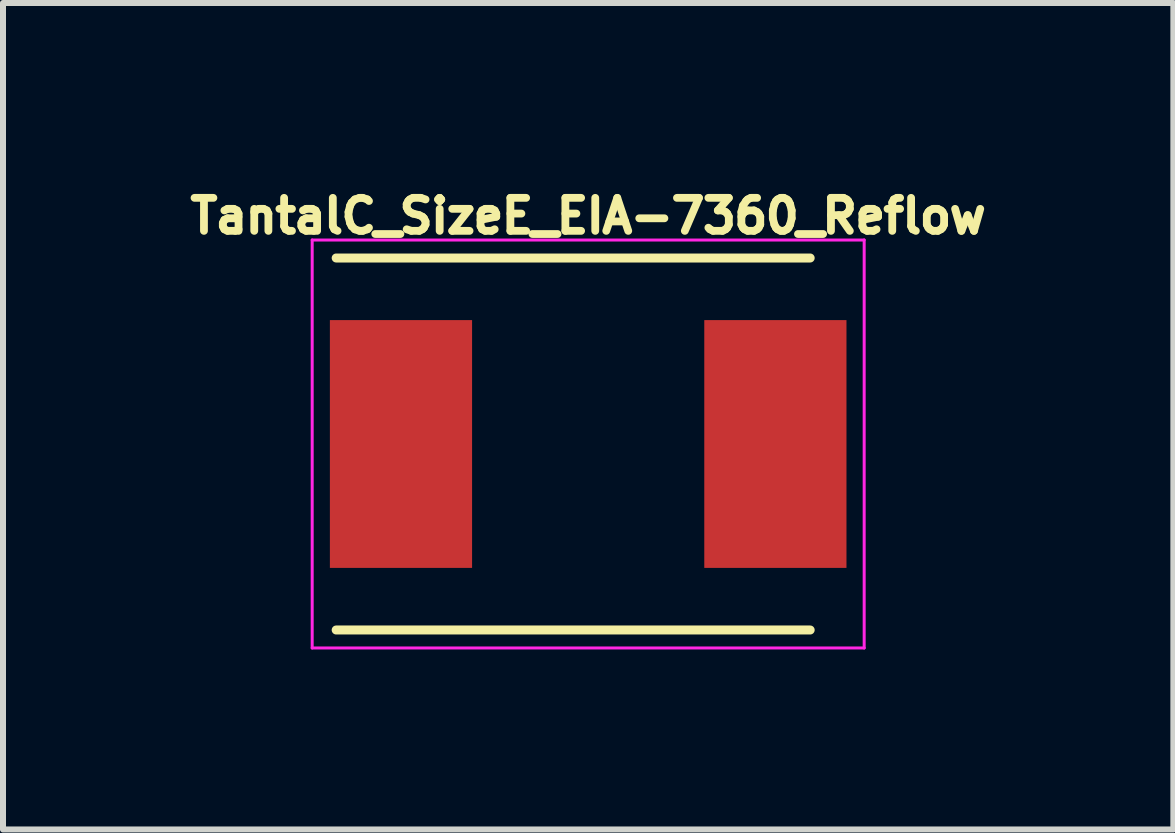
<source format=kicad_pcb>
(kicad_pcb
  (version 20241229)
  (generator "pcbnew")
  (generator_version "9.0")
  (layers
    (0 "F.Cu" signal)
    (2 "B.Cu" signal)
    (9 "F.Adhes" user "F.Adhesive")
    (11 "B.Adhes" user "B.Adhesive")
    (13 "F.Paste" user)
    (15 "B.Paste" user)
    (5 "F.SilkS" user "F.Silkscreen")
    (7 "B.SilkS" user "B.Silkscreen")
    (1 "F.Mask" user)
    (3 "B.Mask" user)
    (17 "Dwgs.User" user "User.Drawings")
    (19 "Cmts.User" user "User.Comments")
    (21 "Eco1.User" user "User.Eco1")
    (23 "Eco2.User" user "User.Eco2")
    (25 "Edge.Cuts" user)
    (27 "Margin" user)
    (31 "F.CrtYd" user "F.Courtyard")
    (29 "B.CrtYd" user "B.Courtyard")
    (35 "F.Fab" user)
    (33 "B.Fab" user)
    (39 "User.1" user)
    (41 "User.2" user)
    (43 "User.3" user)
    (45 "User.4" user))
  (footprint "TantalC_SizeE_EIA-7360_Reflow"
    (layer "F.Cu")
    (at 6.753 4.35)
    (property "Reference" "TantalC_SizeE_EIA-7360_Reflow" (at 0 -3.8 0) (layer "F.SilkS") (effects (font (size 0.55 0.55) (thickness 0.13))))
    (attr smd)
    (fp_line (start 3.7 -3.1) (end -4.2 -3.1) (stroke (width 0.15) (type solid)) (layer "F.SilkS"))
    (fp_line (start 3.7 3.1) (end -4.2 3.1) (stroke (width 0.15) (type solid)) (layer "F.SilkS"))
    (fp_line (start -4.6 -3.4) (end -4.6 3.4) (stroke (width 0.05) (type solid)) (layer "F.CrtYd"))
    (fp_line (start -4.6 3.4) (end 4.6 3.4) (stroke (width 0.05) (type solid)) (layer "F.CrtYd"))
    (fp_line (start 4.6 -3.4) (end -4.6 -3.4) (stroke (width 0.05) (type solid)) (layer "F.CrtYd"))
    (fp_line (start 4.6 3.4) (end 4.6 -3.4) (stroke (width 0.05) (type solid)) (layer "F.CrtYd"))
    (pad "1" smd rect (at -3.12 0) (size 2.37 4.13) (layers "F.Cu" "F.Mask" "F.Paste"))
    (pad "2" smd rect (at 3.12 0) (size 2.37 4.13) (layers "F.Cu" "F.Mask" "F.Paste")))
  (gr_rect
    (start -3 -3)
    (end 16.506 10.775)
    (stroke (width 0.1) (type default))
    (fill no)
    (layer "Edge.Cuts")))
</source>
